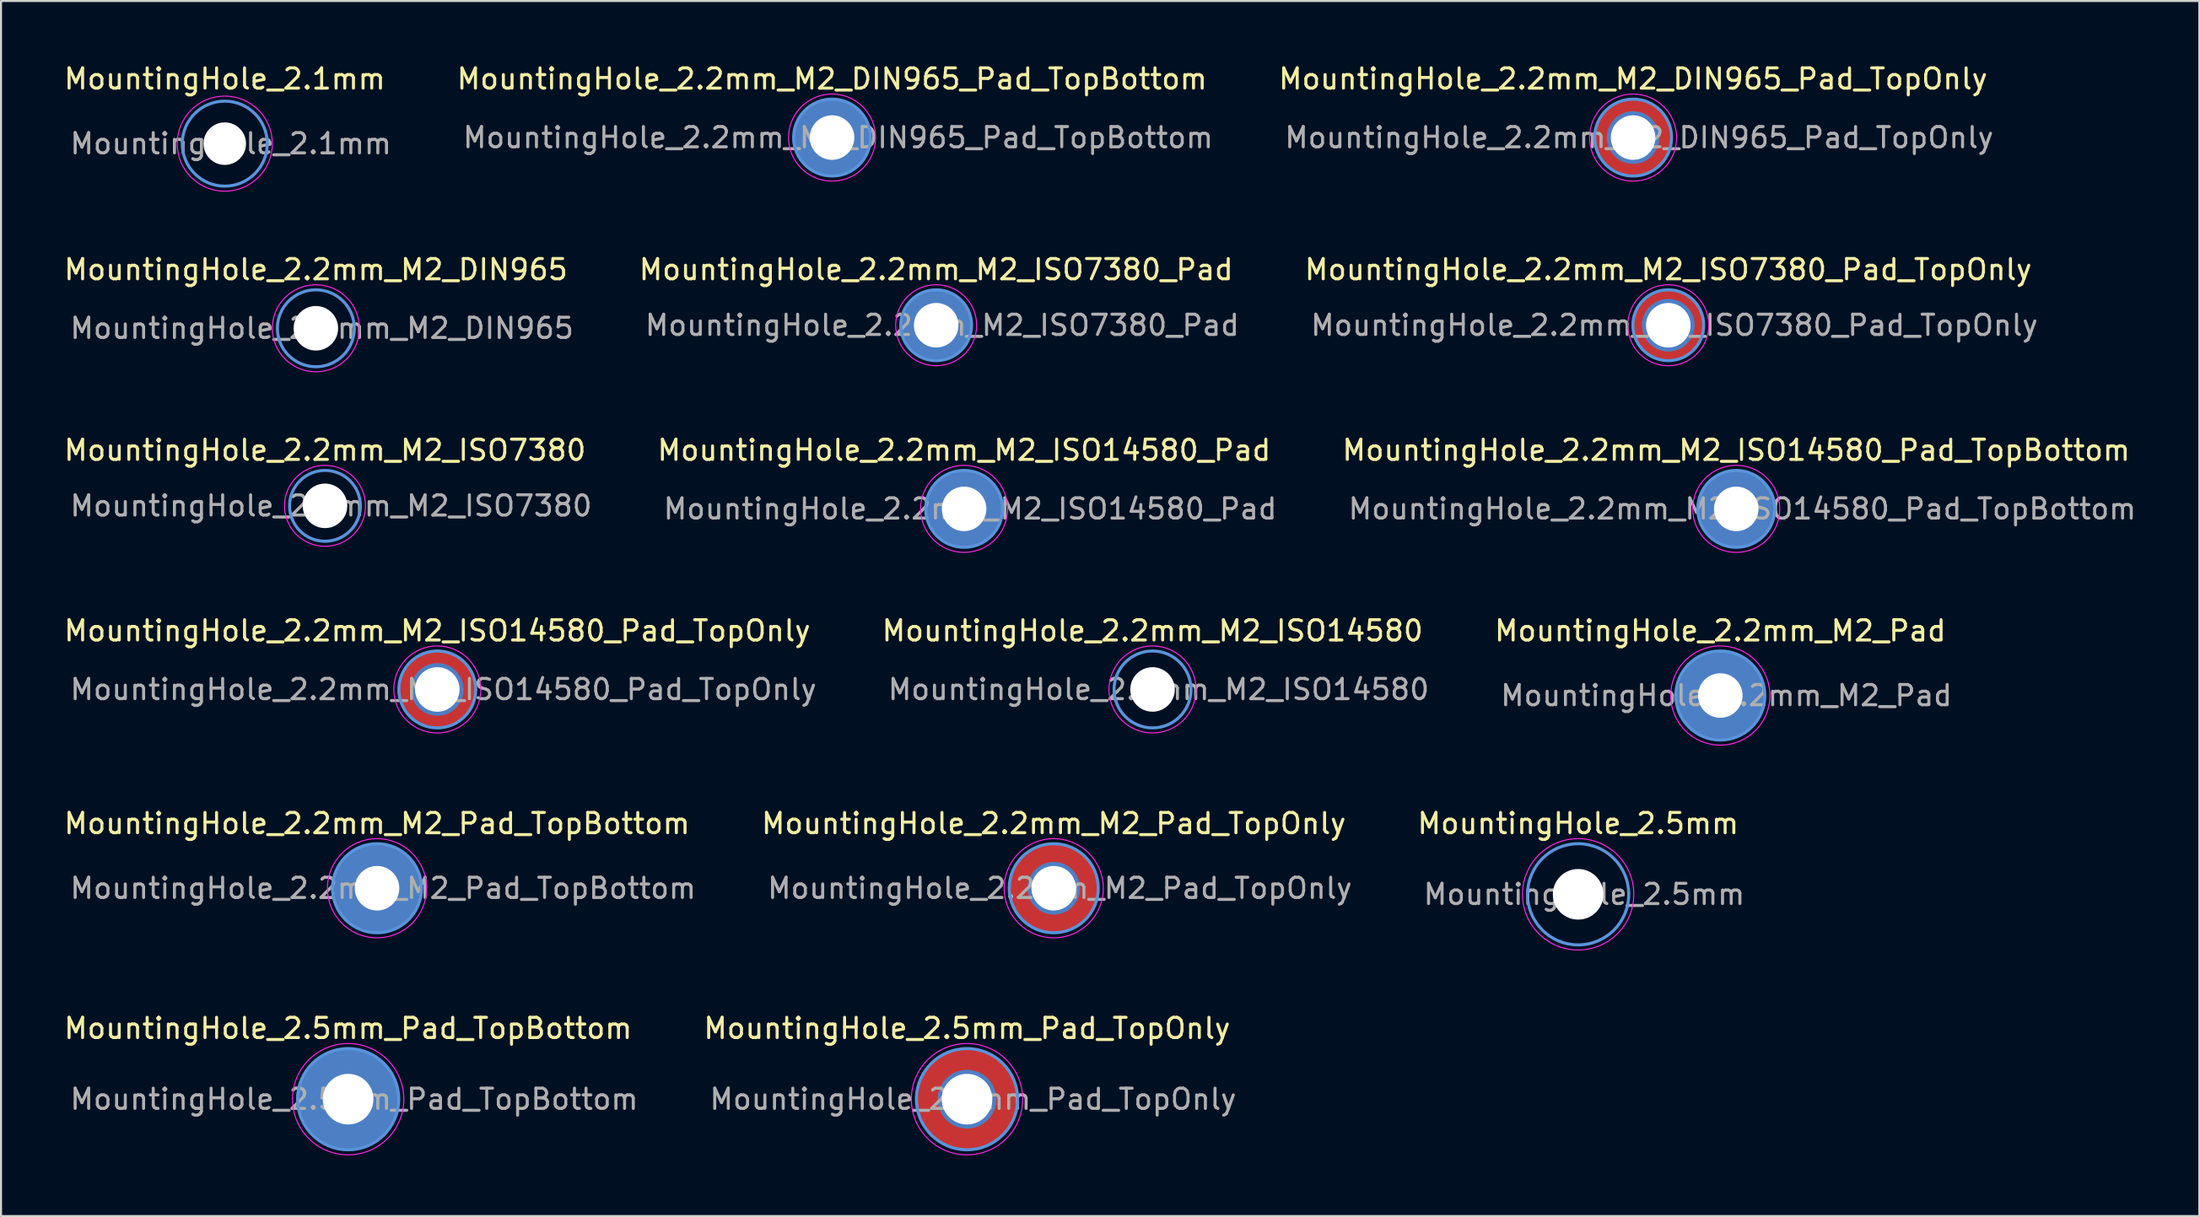
<source format=kicad_pcb>
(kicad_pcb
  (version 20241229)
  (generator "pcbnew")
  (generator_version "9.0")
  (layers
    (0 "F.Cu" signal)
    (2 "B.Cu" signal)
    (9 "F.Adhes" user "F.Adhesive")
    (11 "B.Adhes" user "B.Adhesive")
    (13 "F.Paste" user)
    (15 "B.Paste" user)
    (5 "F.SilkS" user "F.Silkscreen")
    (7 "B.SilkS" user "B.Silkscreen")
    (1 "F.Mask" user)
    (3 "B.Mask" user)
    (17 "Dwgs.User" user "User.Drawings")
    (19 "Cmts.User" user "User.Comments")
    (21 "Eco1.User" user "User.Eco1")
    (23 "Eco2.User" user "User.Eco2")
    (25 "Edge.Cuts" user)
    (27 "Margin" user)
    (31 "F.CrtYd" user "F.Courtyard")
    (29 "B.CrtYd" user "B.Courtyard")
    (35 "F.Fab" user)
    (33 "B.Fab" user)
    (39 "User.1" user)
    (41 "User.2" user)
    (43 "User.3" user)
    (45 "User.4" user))
  (footprint "MountingHole_2.2mm_M2_Pad"
    (layer "F.Cu")
    (at 81.939 31.318)
    (property "Reference" "MountingHole_2.2mm_M2_Pad" (at 0 -3.2 0) (layer "F.SilkS") (effects (font (size 1 1) (thickness 0.15))))
    (attr exclude_from_pos_files exclude_from_bom)
    (fp_circle (center 0 0) (end 2.2 0) (stroke (width 0.15) (type solid)) (fill no) (layer "Cmts.User"))
    (fp_circle (center 0 0) (end 2.45 0) (stroke (width 0.05) (type solid)) (fill no) (layer "F.CrtYd"))
    (fp_text user "${REFERENCE}" (at 0.3 0 0) (layer "F.Fab") (effects (font (size 1 1) (thickness 0.15))))
    (pad "1" thru_hole circle (at 0 0) (size 4.4 4.4) (drill 2.2) (layers "*.Cu" "*.Mask")))
  (footprint "MountingHole_2.2mm_M2_DIN965_Pad_TopBottom"
    (layer "F.Cu")
    (at 38.056 3.748)
    (property "Reference" "MountingHole_2.2mm_M2_DIN965_Pad_TopBottom" (at 0 -2.9 0) (layer "F.SilkS") (effects (font (size 1 1) (thickness 0.15))))
    (attr exclude_from_pos_files exclude_from_bom)
    (fp_circle (center 0 0) (end 1.9 0) (stroke (width 0.15) (type solid)) (fill no) (layer "Cmts.User"))
    (fp_circle (center 0 0) (end 2.15 0) (stroke (width 0.05) (type solid)) (fill no) (layer "F.CrtYd"))
    (fp_text user "${REFERENCE}" (at 0.3 0 0) (layer "F.Fab") (effects (font (size 1 1) (thickness 0.15))))
    (pad "1" thru_hole circle (at 0 0) (size 2.6 2.6) (drill 2.2) (layers "*.Cu" "*.Mask"))
    (pad "1" connect circle (at 0 0) (size 3.8 3.8) (layers "F.Cu" "F.Mask"))
    (pad "1" connect circle (at 0 0) (size 3.8 3.8) (layers "B.Cu" "B.Mask")))
  (footprint "MountingHole_2.2mm_M2_ISO14580_Pad_TopOnly"
    (layer "F.Cu")
    (at 18.554 31.018)
    (property "Reference" "MountingHole_2.2mm_M2_ISO14580_Pad_TopOnly" (at 0 -2.9 0) (layer "F.SilkS") (effects (font (size 1 1) (thickness 0.15))))
    (attr exclude_from_pos_files exclude_from_bom)
    (fp_circle (center 0 0) (end 1.9 0) (stroke (width 0.15) (type solid)) (fill no) (layer "Cmts.User"))
    (fp_circle (center 0 0) (end 2.15 0) (stroke (width 0.05) (type solid)) (fill no) (layer "F.CrtYd"))
    (fp_text user "${REFERENCE}" (at 0.3 0 0) (layer "F.Fab") (effects (font (size 1 1) (thickness 0.15))))
    (pad "1" thru_hole circle (at 0 0) (size 2.6 2.6) (drill 2.2) (layers "*.Cu" "*.Mask"))
    (pad "1" connect circle (at 0 0) (size 3.8 3.8) (layers "F.Cu" "F.Mask")))
  (footprint "MountingHole_2.2mm_M2_Pad_TopOnly"
    (layer "F.Cu")
    (at 49.008 40.841)
    (property "Reference" "MountingHole_2.2mm_M2_Pad_TopOnly" (at 0 -3.2 0) (layer "F.SilkS") (effects (font (size 1 1) (thickness 0.15))))
    (attr exclude_from_pos_files exclude_from_bom)
    (fp_circle (center 0 0) (end 2.2 0) (stroke (width 0.15) (type solid)) (fill no) (layer "Cmts.User"))
    (fp_circle (center 0 0) (end 2.45 0) (stroke (width 0.05) (type solid)) (fill no) (layer "F.CrtYd"))
    (fp_text user "${REFERENCE}" (at 0.3 0 0) (layer "F.Fab") (effects (font (size 1 1) (thickness 0.15))))
    (pad "1" thru_hole circle (at 0 0) (size 2.6 2.6) (drill 2.2) (layers "*.Cu" "*.Mask"))
    (pad "1" connect circle (at 0 0) (size 4.4 4.4) (layers "F.Cu" "F.Mask")))
  (footprint "MountingHole_2.1mm"
    (layer "F.Cu")
    (at 8.054 4.048)
    (property "Reference" "MountingHole_2.1mm" (at 0 -3.2 0) (layer "F.SilkS") (effects (font (size 1 1) (thickness 0.15))))
    (attr exclude_from_pos_files exclude_from_bom)
    (fp_circle (center 0 0) (end 2.1 0) (stroke (width 0.15) (type solid)) (fill no) (layer "Cmts.User"))
    (fp_circle (center 0 0) (end 2.35 0) (stroke (width 0.05) (type solid)) (fill no) (layer "F.CrtYd"))
    (fp_text user "${REFERENCE}" (at 0.3 0 0) (layer "F.Fab") (effects (font (size 1 1) (thickness 0.15))))
    (pad "" np_thru_hole circle (at 0 0) (size 2.1 2.1) (drill 2.1) (layers "*.Cu" "*.Mask")))
  (footprint "MountingHole_2.5mm"
    (layer "F.Cu")
    (at 74.915 41.141)
    (property "Reference" "MountingHole_2.5mm" (at 0 -3.5 0) (layer "F.SilkS") (effects (font (size 1 1) (thickness 0.15))))
    (attr exclude_from_pos_files exclude_from_bom)
    (fp_circle (center 0 0) (end 2.5 0) (stroke (width 0.15) (type solid)) (fill no) (layer "Cmts.User"))
    (fp_circle (center 0 0) (end 2.75 0) (stroke (width 0.05) (type solid)) (fill no) (layer "F.CrtYd"))
    (fp_text user "${REFERENCE}" (at 0.3 0 0) (layer "F.Fab") (effects (font (size 1 1) (thickness 0.15))))
    (pad "" np_thru_hole circle (at 0 0) (size 2.5 2.5) (drill 2.5) (layers "*.Cu" "*.Mask")))
  (footprint "MountingHole_2.5mm_Pad_TopOnly"
    (layer "F.Cu")
    (at 44.723 51.264)
    (property "Reference" "MountingHole_2.5mm_Pad_TopOnly" (at 0 -3.5 0) (layer "F.SilkS") (effects (font (size 1 1) (thickness 0.15))))
    (attr exclude_from_pos_files exclude_from_bom)
    (fp_circle (center 0 0) (end 2.5 0) (stroke (width 0.15) (type solid)) (fill no) (layer "Cmts.User"))
    (fp_circle (center 0 0) (end 2.75 0) (stroke (width 0.05) (type solid)) (fill no) (layer "F.CrtYd"))
    (fp_text user "${REFERENCE}" (at 0.3 0 0) (layer "F.Fab") (effects (font (size 1 1) (thickness 0.15))))
    (pad "1" thru_hole circle (at 0 0) (size 2.9 2.9) (drill 2.5) (layers "*.Cu" "*.Mask"))
    (pad "1" connect circle (at 0 0) (size 5 5) (layers "F.Cu" "F.Mask")))
  (footprint "MountingHole_2.5mm_Pad_TopBottom"
    (layer "F.Cu")
    (at 14.149 51.264)
    (property "Reference" "MountingHole_2.5mm_Pad_TopBottom" (at 0 -3.5 0) (layer "F.SilkS") (effects (font (size 1 1) (thickness 0.15))))
    (attr exclude_from_pos_files exclude_from_bom)
    (fp_circle (center 0 0) (end 2.5 0) (stroke (width 0.15) (type solid)) (fill no) (layer "Cmts.User"))
    (fp_circle (center 0 0) (end 2.75 0) (stroke (width 0.05) (type solid)) (fill no) (layer "F.CrtYd"))
    (fp_text user "${REFERENCE}" (at 0.3 0 0) (layer "F.Fab") (effects (font (size 1 1) (thickness 0.15))))
    (pad "1" thru_hole circle (at 0 0) (size 2.9 2.9) (drill 2.5) (layers "*.Cu" "*.Mask"))
    (pad "1" connect circle (at 0 0) (size 5 5) (layers "F.Cu" "F.Mask"))
    (pad "1" connect circle (at 0 0) (size 5 5) (layers "B.Cu" "B.Mask")))
  (footprint "MountingHole_2.2mm_M2_ISO7380_Pad_TopOnly"
    (layer "F.Cu")
    (at 79.368 13.021)
    (property "Reference" "MountingHole_2.2mm_M2_ISO7380_Pad_TopOnly" (at 0 -2.75 0) (layer "F.SilkS") (effects (font (size 1 1) (thickness 0.15))))
    (attr exclude_from_pos_files exclude_from_bom)
    (fp_circle (center 0 0) (end 1.75 0) (stroke (width 0.15) (type solid)) (fill no) (layer "Cmts.User"))
    (fp_circle (center 0 0) (end 2 0) (stroke (width 0.05) (type solid)) (fill no) (layer "F.CrtYd"))
    (fp_text user "${REFERENCE}" (at 0.3 0 0) (layer "F.Fab") (effects (font (size 1 1) (thickness 0.15))))
    (pad "1" thru_hole circle (at 0 0) (size 2.6 2.6) (drill 2.2) (layers "*.Cu" "*.Mask"))
    (pad "1" connect circle (at 0 0) (size 3.5 3.5) (layers "F.Cu" "F.Mask")))
  (footprint "MountingHole_2.2mm_M2_DIN965"
    (layer "F.Cu")
    (at 12.554 13.171)
    (property "Reference" "MountingHole_2.2mm_M2_DIN965" (at 0 -2.9 0) (layer "F.SilkS") (effects (font (size 1 1) (thickness 0.15))))
    (attr exclude_from_pos_files exclude_from_bom)
    (fp_circle (center 0 0) (end 1.9 0) (stroke (width 0.15) (type solid)) (fill no) (layer "Cmts.User"))
    (fp_circle (center 0 0) (end 2.15 0) (stroke (width 0.05) (type solid)) (fill no) (layer "F.CrtYd"))
    (fp_text user "${REFERENCE}" (at 0.3 0 0) (layer "F.Fab") (effects (font (size 1 1) (thickness 0.15))))
    (pad "" np_thru_hole circle (at 0 0) (size 2.2 2.2) (drill 2.2) (layers "*.Cu" "*.Mask")))
  (footprint "MountingHole_2.2mm_M2_ISO14580"
    (layer "F.Cu")
    (at 53.889 31.018)
    (property "Reference" "MountingHole_2.2mm_M2_ISO14580" (at 0 -2.9 0) (layer "F.SilkS") (effects (font (size 1 1) (thickness 0.15))))
    (attr exclude_from_pos_files exclude_from_bom)
    (fp_circle (center 0 0) (end 1.9 0) (stroke (width 0.15) (type solid)) (fill no) (layer "Cmts.User"))
    (fp_circle (center 0 0) (end 2.15 0) (stroke (width 0.05) (type solid)) (fill no) (layer "F.CrtYd"))
    (fp_text user "${REFERENCE}" (at 0.3 0 0) (layer "F.Fab") (effects (font (size 1 1) (thickness 0.15))))
    (pad "" np_thru_hole circle (at 0 0) (size 2.2 2.2) (drill 2.2) (layers "*.Cu" "*.Mask")))
  (footprint "MountingHole_2.2mm_M2_Pad_TopBottom"
    (layer "F.Cu")
    (at 15.577 40.841)
    (property "Reference" "MountingHole_2.2mm_M2_Pad_TopBottom" (at 0 -3.2 0) (layer "F.SilkS") (effects (font (size 1 1) (thickness 0.15))))
    (attr exclude_from_pos_files exclude_from_bom)
    (fp_circle (center 0 0) (end 2.2 0) (stroke (width 0.15) (type solid)) (fill no) (layer "Cmts.User"))
    (fp_circle (center 0 0) (end 2.45 0) (stroke (width 0.05) (type solid)) (fill no) (layer "F.CrtYd"))
    (fp_text user "${REFERENCE}" (at 0.3 0 0) (layer "F.Fab") (effects (font (size 1 1) (thickness 0.15))))
    (pad "1" thru_hole circle (at 0 0) (size 2.6 2.6) (drill 2.2) (layers "*.Cu" "*.Mask"))
    (pad "1" connect circle (at 0 0) (size 4.4 4.4) (layers "F.Cu" "F.Mask"))
    (pad "1" connect circle (at 0 0) (size 4.4 4.4) (layers "B.Cu" "B.Mask")))
  (footprint "MountingHole_2.2mm_M2_ISO14580_Pad_TopBottom"
    (layer "F.Cu")
    (at 82.725 22.095)
    (property "Reference" "MountingHole_2.2mm_M2_ISO14580_Pad_TopBottom" (at 0 -2.9 0) (layer "F.SilkS") (effects (font (size 1 1) (thickness 0.15))))
    (attr exclude_from_pos_files exclude_from_bom)
    (fp_circle (center 0 0) (end 1.9 0) (stroke (width 0.15) (type solid)) (fill no) (layer "Cmts.User"))
    (fp_circle (center 0 0) (end 2.15 0) (stroke (width 0.05) (type solid)) (fill no) (layer "F.CrtYd"))
    (fp_text user "${REFERENCE}" (at 0.3 0 0) (layer "F.Fab") (effects (font (size 1 1) (thickness 0.15))))
    (pad "1" thru_hole circle (at 0 0) (size 2.6 2.6) (drill 2.2) (layers "*.Cu" "*.Mask"))
    (pad "1" connect circle (at 0 0) (size 3.8 3.8) (layers "F.Cu" "F.Mask"))
    (pad "1" connect circle (at 0 0) (size 3.8 3.8) (layers "B.Cu" "B.Mask")))
  (footprint "MountingHole_2.2mm_M2_DIN965_Pad_TopOnly"
    (layer "F.Cu")
    (at 77.63 3.748)
    (property "Reference" "MountingHole_2.2mm_M2_DIN965_Pad_TopOnly" (at 0 -2.9 0) (layer "F.SilkS") (effects (font (size 1 1) (thickness 0.15))))
    (attr exclude_from_pos_files exclude_from_bom)
    (fp_circle (center 0 0) (end 1.9 0) (stroke (width 0.15) (type solid)) (fill no) (layer "Cmts.User"))
    (fp_circle (center 0 0) (end 2.15 0) (stroke (width 0.05) (type solid)) (fill no) (layer "F.CrtYd"))
    (fp_text user "${REFERENCE}" (at 0.3 0 0) (layer "F.Fab") (effects (font (size 1 1) (thickness 0.15))))
    (pad "1" thru_hole circle (at 0 0) (size 2.6 2.6) (drill 2.2) (layers "*.Cu" "*.Mask"))
    (pad "1" connect circle (at 0 0) (size 3.8 3.8) (layers "F.Cu" "F.Mask")))
  (footprint "MountingHole_2.2mm_M2_ISO7380"
    (layer "F.Cu")
    (at 13.006 21.945)
    (property "Reference" "MountingHole_2.2mm_M2_ISO7380" (at 0 -2.75 0) (layer "F.SilkS") (effects (font (size 1 1) (thickness 0.15))))
    (attr exclude_from_pos_files exclude_from_bom)
    (fp_circle (center 0 0) (end 1.75 0) (stroke (width 0.15) (type solid)) (fill no) (layer "Cmts.User"))
    (fp_circle (center 0 0) (end 2 0) (stroke (width 0.05) (type solid)) (fill no) (layer "F.CrtYd"))
    (fp_text user "${REFERENCE}" (at 0.3 0 0) (layer "F.Fab") (effects (font (size 1 1) (thickness 0.15))))
    (pad "" np_thru_hole circle (at 0 0) (size 2.2 2.2) (drill 2.2) (layers "*.Cu" "*.Mask")))
  (footprint "MountingHole_2.2mm_M2_ISO7380_Pad"
    (layer "F.Cu")
    (at 43.199 13.021)
    (property "Reference" "MountingHole_2.2mm_M2_ISO7380_Pad" (at 0 -2.75 0) (layer "F.SilkS") (effects (font (size 1 1) (thickness 0.15))))
    (attr exclude_from_pos_files exclude_from_bom)
    (fp_circle (center 0 0) (end 1.75 0) (stroke (width 0.15) (type solid)) (fill no) (layer "Cmts.User"))
    (fp_circle (center 0 0) (end 2 0) (stroke (width 0.05) (type solid)) (fill no) (layer "F.CrtYd"))
    (fp_text user "${REFERENCE}" (at 0.3 0 0) (layer "F.Fab") (effects (font (size 1 1) (thickness 0.15))))
    (pad "1" thru_hole circle (at 0 0) (size 3.5 3.5) (drill 2.2) (layers "*.Cu" "*.Mask")))
  (footprint "MountingHole_2.2mm_M2_ISO14580_Pad"
    (layer "F.Cu")
    (at 44.58 22.095)
    (property "Reference" "MountingHole_2.2mm_M2_ISO14580_Pad" (at 0 -2.9 0) (layer "F.SilkS") (effects (font (size 1 1) (thickness 0.15))))
    (attr exclude_from_pos_files exclude_from_bom)
    (fp_circle (center 0 0) (end 1.9 0) (stroke (width 0.15) (type solid)) (fill no) (layer "Cmts.User"))
    (fp_circle (center 0 0) (end 2.15 0) (stroke (width 0.05) (type solid)) (fill no) (layer "F.CrtYd"))
    (fp_text user "${REFERENCE}" (at 0.3 0 0) (layer "F.Fab") (effects (font (size 1 1) (thickness 0.15))))
    (pad "1" thru_hole circle (at 0 0) (size 3.8 3.8) (drill 2.2) (layers "*.Cu" "*.Mask")))
  (gr_rect
    (start -3 -3)
    (end 105.602 57.039)
    (stroke (width 0.1) (type default))
    (fill no)
    (layer "Edge.Cuts")))
</source>
